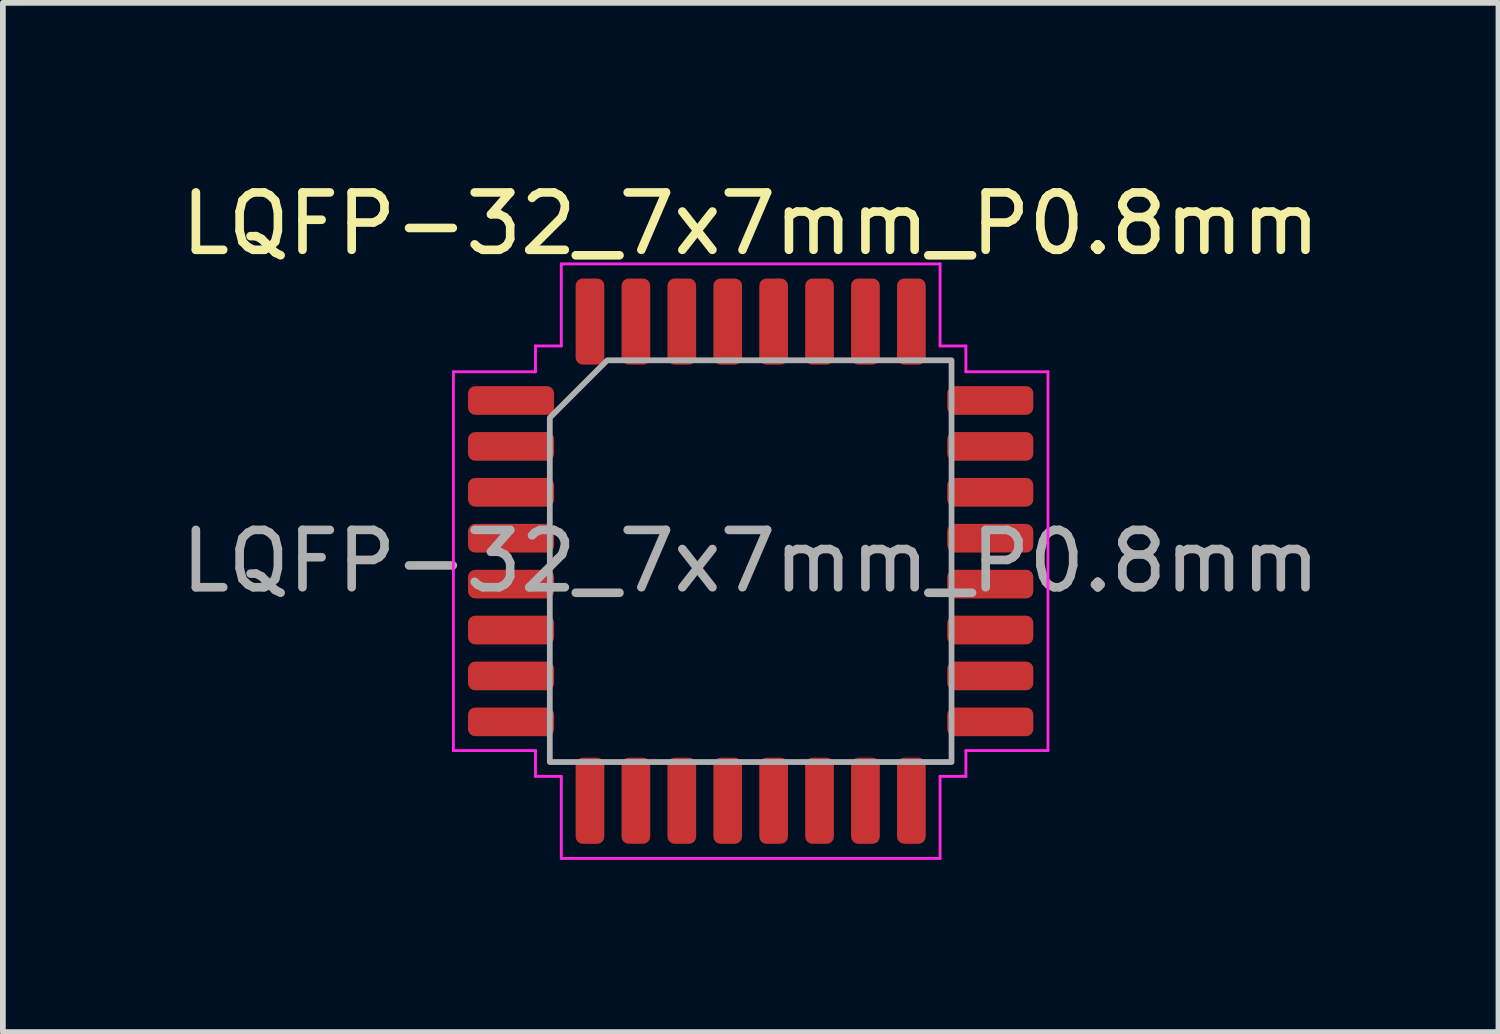
<source format=kicad_pcb>
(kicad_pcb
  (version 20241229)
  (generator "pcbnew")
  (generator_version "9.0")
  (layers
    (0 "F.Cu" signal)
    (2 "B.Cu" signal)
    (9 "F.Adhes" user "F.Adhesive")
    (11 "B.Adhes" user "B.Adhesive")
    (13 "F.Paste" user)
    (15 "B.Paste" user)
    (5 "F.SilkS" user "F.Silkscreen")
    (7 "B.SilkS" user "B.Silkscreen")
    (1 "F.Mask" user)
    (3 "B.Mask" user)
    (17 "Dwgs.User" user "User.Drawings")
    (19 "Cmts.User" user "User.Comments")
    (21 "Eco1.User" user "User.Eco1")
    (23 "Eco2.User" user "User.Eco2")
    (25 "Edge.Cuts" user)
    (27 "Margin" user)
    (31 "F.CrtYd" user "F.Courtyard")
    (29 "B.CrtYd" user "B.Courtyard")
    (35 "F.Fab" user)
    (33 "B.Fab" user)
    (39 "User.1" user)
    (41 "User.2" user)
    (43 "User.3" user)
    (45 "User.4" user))
  (footprint "LQFP-32_7x7mm_P0.8mm"
    (layer "F.Cu")
    (at 10.03 6.728)
    (property "Reference" "LQFP-32_7x7mm_P0.8mm" (at 0 -5.88 0) (layer "F.SilkS") (effects (font (size 1 1) (thickness 0.15))))
    (attr smd)
    (fp_line (start -5.18 -3.3) (end -3.75 -3.3) (stroke (width 0.05) (type solid)) (layer "F.CrtYd"))
    (fp_line (start -5.18 3.3) (end -5.18 -3.3) (stroke (width 0.05) (type solid)) (layer "F.CrtYd"))
    (fp_line (start -3.75 -3.75) (end -3.3 -3.75) (stroke (width 0.05) (type solid)) (layer "F.CrtYd"))
    (fp_line (start -3.75 -3.3) (end -3.75 -3.75) (stroke (width 0.05) (type solid)) (layer "F.CrtYd"))
    (fp_line (start -3.75 3.3) (end -5.18 3.3) (stroke (width 0.05) (type solid)) (layer "F.CrtYd"))
    (fp_line (start -3.75 3.75) (end -3.75 3.3) (stroke (width 0.05) (type solid)) (layer "F.CrtYd"))
    (fp_line (start -3.3 -5.18) (end 3.3 -5.18) (stroke (width 0.05) (type solid)) (layer "F.CrtYd"))
    (fp_line (start -3.3 -3.75) (end -3.3 -5.18) (stroke (width 0.05) (type solid)) (layer "F.CrtYd"))
    (fp_line (start -3.3 3.75) (end -3.75 3.75) (stroke (width 0.05) (type solid)) (layer "F.CrtYd"))
    (fp_line (start -3.3 5.18) (end -3.3 3.75) (stroke (width 0.05) (type solid)) (layer "F.CrtYd"))
    (fp_line (start 3.3 -5.18) (end 3.3 -3.75) (stroke (width 0.05) (type solid)) (layer "F.CrtYd"))
    (fp_line (start 3.3 -3.75) (end 3.75 -3.75) (stroke (width 0.05) (type solid)) (layer "F.CrtYd"))
    (fp_line (start 3.3 3.75) (end 3.3 5.18) (stroke (width 0.05) (type solid)) (layer "F.CrtYd"))
    (fp_line (start 3.3 5.18) (end -3.3 5.18) (stroke (width 0.05) (type solid)) (layer "F.CrtYd"))
    (fp_line (start 3.75 -3.75) (end 3.75 -3.3) (stroke (width 0.05) (type solid)) (layer "F.CrtYd"))
    (fp_line (start 3.75 -3.3) (end 5.18 -3.3) (stroke (width 0.05) (type solid)) (layer "F.CrtYd"))
    (fp_line (start 3.75 3.3) (end 3.75 3.75) (stroke (width 0.05) (type solid)) (layer "F.CrtYd"))
    (fp_line (start 3.75 3.75) (end 3.3 3.75) (stroke (width 0.05) (type solid)) (layer "F.CrtYd"))
    (fp_line (start 5.18 -3.3) (end 5.18 3.3) (stroke (width 0.05) (type solid)) (layer "F.CrtYd"))
    (fp_line (start 5.18 3.3) (end 3.75 3.3) (stroke (width 0.05) (type solid)) (layer "F.CrtYd"))
    (fp_poly (pts (xy -3.5 -2.5) (xy -3.5 3.5) (xy 3.5 3.5) (xy 3.5 -3.5) (xy -2.5 -3.5)) (stroke (width 0.1) (type solid)) (fill no) (layer "F.Fab"))
    (fp_text user "${REFERENCE}" (at 0 0 0) (layer "F.Fab") (effects (font (size 1 1) (thickness 0.15))))
    (pad "1" smd roundrect (at -4.175 -2.8) (size 1.5 0.5) (layers "F.Cu" "F.Mask" "F.Paste") (roundrect_rratio 0.25))
    (pad "2" smd roundrect (at -4.175 -2) (size 1.5 0.5) (layers "F.Cu" "F.Mask" "F.Paste") (roundrect_rratio 0.25))
    (pad "3" smd roundrect (at -4.175 -1.2) (size 1.5 0.5) (layers "F.Cu" "F.Mask" "F.Paste") (roundrect_rratio 0.25))
    (pad "4" smd roundrect (at -4.175 -0.4) (size 1.5 0.5) (layers "F.Cu" "F.Mask" "F.Paste") (roundrect_rratio 0.25))
    (pad "5" smd roundrect (at -4.175 0.4) (size 1.5 0.5) (layers "F.Cu" "F.Mask" "F.Paste") (roundrect_rratio 0.25))
    (pad "6" smd roundrect (at -4.175 1.2) (size 1.5 0.5) (layers "F.Cu" "F.Mask" "F.Paste") (roundrect_rratio 0.25))
    (pad "7" smd roundrect (at -4.175 2) (size 1.5 0.5) (layers "F.Cu" "F.Mask" "F.Paste") (roundrect_rratio 0.25))
    (pad "8" smd roundrect (at -4.175 2.8) (size 1.5 0.5) (layers "F.Cu" "F.Mask" "F.Paste") (roundrect_rratio 0.25))
    (pad "9" smd roundrect (at -2.8 4.175) (size 0.5 1.5) (layers "F.Cu" "F.Mask" "F.Paste") (roundrect_rratio 0.25))
    (pad "10" smd roundrect (at -2 4.175) (size 0.5 1.5) (layers "F.Cu" "F.Mask" "F.Paste") (roundrect_rratio 0.25))
    (pad "11" smd roundrect (at -1.2 4.175) (size 0.5 1.5) (layers "F.Cu" "F.Mask" "F.Paste") (roundrect_rratio 0.25))
    (pad "12" smd roundrect (at -0.4 4.175) (size 0.5 1.5) (layers "F.Cu" "F.Mask" "F.Paste") (roundrect_rratio 0.25))
    (pad "13" smd roundrect (at 0.4 4.175) (size 0.5 1.5) (layers "F.Cu" "F.Mask" "F.Paste") (roundrect_rratio 0.25))
    (pad "14" smd roundrect (at 1.2 4.175) (size 0.5 1.5) (layers "F.Cu" "F.Mask" "F.Paste") (roundrect_rratio 0.25))
    (pad "15" smd roundrect (at 2 4.175) (size 0.5 1.5) (layers "F.Cu" "F.Mask" "F.Paste") (roundrect_rratio 0.25))
    (pad "16" smd roundrect (at 2.8 4.175) (size 0.5 1.5) (layers "F.Cu" "F.Mask" "F.Paste") (roundrect_rratio 0.25))
    (pad "17" smd roundrect (at 4.175 2.8) (size 1.5 0.5) (layers "F.Cu" "F.Mask" "F.Paste") (roundrect_rratio 0.25))
    (pad "18" smd roundrect (at 4.175 2) (size 1.5 0.5) (layers "F.Cu" "F.Mask" "F.Paste") (roundrect_rratio 0.25))
    (pad "19" smd roundrect (at 4.175 1.2) (size 1.5 0.5) (layers "F.Cu" "F.Mask" "F.Paste") (roundrect_rratio 0.25))
    (pad "20" smd roundrect (at 4.175 0.4) (size 1.5 0.5) (layers "F.Cu" "F.Mask" "F.Paste") (roundrect_rratio 0.25))
    (pad "21" smd roundrect (at 4.175 -0.4) (size 1.5 0.5) (layers "F.Cu" "F.Mask" "F.Paste") (roundrect_rratio 0.25))
    (pad "22" smd roundrect (at 4.175 -1.2) (size 1.5 0.5) (layers "F.Cu" "F.Mask" "F.Paste") (roundrect_rratio 0.25))
    (pad "23" smd roundrect (at 4.175 -2) (size 1.5 0.5) (layers "F.Cu" "F.Mask" "F.Paste") (roundrect_rratio 0.25))
    (pad "24" smd roundrect (at 4.175 -2.8) (size 1.5 0.5) (layers "F.Cu" "F.Mask" "F.Paste") (roundrect_rratio 0.25))
    (pad "25" smd roundrect (at 2.8 -4.175) (size 0.5 1.5) (layers "F.Cu" "F.Mask" "F.Paste") (roundrect_rratio 0.25))
    (pad "26" smd roundrect (at 2 -4.175) (size 0.5 1.5) (layers "F.Cu" "F.Mask" "F.Paste") (roundrect_rratio 0.25))
    (pad "27" smd roundrect (at 1.2 -4.175) (size 0.5 1.5) (layers "F.Cu" "F.Mask" "F.Paste") (roundrect_rratio 0.25))
    (pad "28" smd roundrect (at 0.4 -4.175) (size 0.5 1.5) (layers "F.Cu" "F.Mask" "F.Paste") (roundrect_rratio 0.25))
    (pad "29" smd roundrect (at -0.4 -4.175) (size 0.5 1.5) (layers "F.Cu" "F.Mask" "F.Paste") (roundrect_rratio 0.25))
    (pad "30" smd roundrect (at -1.2 -4.175) (size 0.5 1.5) (layers "F.Cu" "F.Mask" "F.Paste") (roundrect_rratio 0.25))
    (pad "31" smd roundrect (at -2 -4.175) (size 0.5 1.5) (layers "F.Cu" "F.Mask" "F.Paste") (roundrect_rratio 0.25))
    (pad "32" smd roundrect (at -2.8 -4.175) (size 0.5 1.5) (layers "F.Cu" "F.Mask" "F.Paste") (roundrect_rratio 0.25)))
  (gr_rect
    (start -3 -3)
    (end 23.06 14.933)
    (stroke (width 0.1) (type default))
    (fill no)
    (layer "Edge.Cuts")))
</source>
